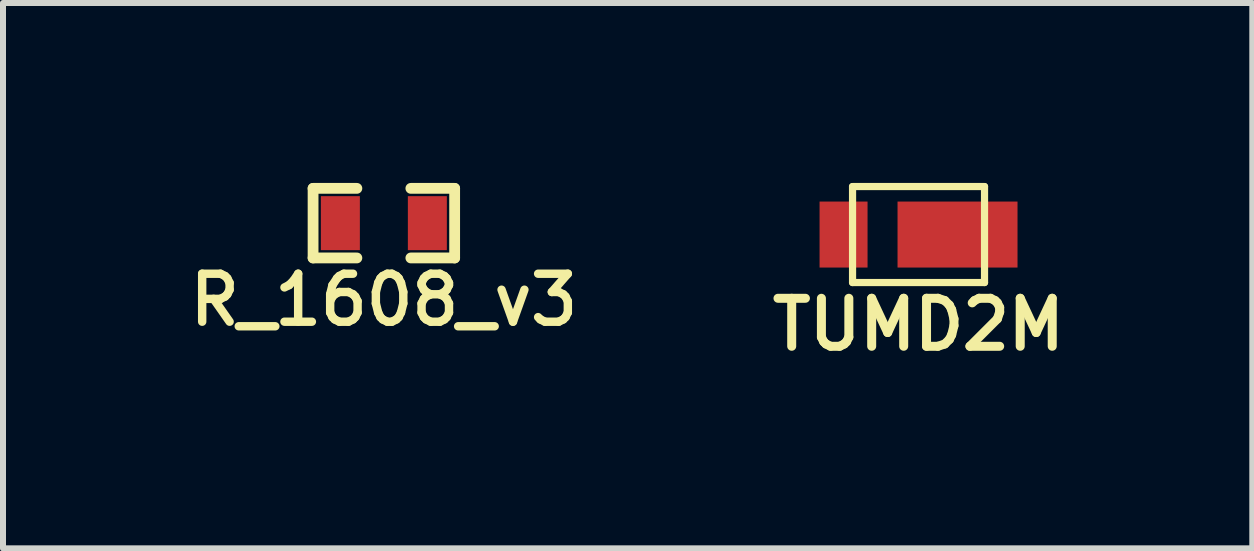
<source format=kicad_pcb>
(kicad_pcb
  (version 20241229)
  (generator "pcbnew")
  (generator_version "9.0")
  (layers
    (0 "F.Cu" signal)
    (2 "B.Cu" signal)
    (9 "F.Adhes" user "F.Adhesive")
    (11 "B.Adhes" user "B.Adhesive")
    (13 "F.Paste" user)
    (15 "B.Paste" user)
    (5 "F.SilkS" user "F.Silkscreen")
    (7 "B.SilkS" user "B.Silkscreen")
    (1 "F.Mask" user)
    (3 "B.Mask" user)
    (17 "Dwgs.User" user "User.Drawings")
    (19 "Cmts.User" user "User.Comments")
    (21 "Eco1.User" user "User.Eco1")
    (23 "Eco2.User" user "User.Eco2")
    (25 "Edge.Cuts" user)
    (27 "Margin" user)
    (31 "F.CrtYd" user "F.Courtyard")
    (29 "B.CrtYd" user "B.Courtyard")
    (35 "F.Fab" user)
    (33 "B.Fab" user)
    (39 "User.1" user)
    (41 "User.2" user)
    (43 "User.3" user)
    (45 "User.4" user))
  (footprint "TUMD2M"
    (layer "F.Cu")
    (at 12.262 0.86)
    (property "Reference" "TUMD2M" (at 0 1.5 0) (layer "F.SilkS") (effects (font (size 0.8 0.8) (thickness 0.15))))
    (attr smd)
    (fp_line (start -1.1 -0.8) (end -1.1 0.8) (stroke (width 0.12) (type solid)) (layer "F.SilkS"))
    (fp_line (start -1.1 -0.8) (end 1.1 -0.8) (stroke (width 0.12) (type solid)) (layer "F.SilkS"))
    (fp_line (start -1.1 0.8) (end 1.1 0.8) (stroke (width 0.12) (type solid)) (layer "F.SilkS"))
    (fp_line (start 1.1 -0.8) (end 1.1 0.8) (stroke (width 0.12) (type solid)) (layer "F.SilkS"))
    (pad "1" smd rect (at 0.65 0) (size 2 1.1) (layers "F.Cu" "F.Mask" "F.Paste"))
    (pad "2" smd rect (at -1.25 0) (size 0.8 1.1) (layers "F.Cu" "F.Mask" "F.Paste")))
  (footprint "R_1608_v3"
    (layer "F.Cu")
    (at 3.349 0.67)
    (property "Reference" "R_1608_v3" (at 0 1.28 0) (layer "F.SilkS") (effects (font (size 0.8 0.8) (thickness 0.14))))
    (attr smd)
    (fp_line (start -1.18 -0.58) (end -1.18 0.58) (stroke (width 0.18) (type solid)) (layer "F.SilkS"))
    (fp_line (start -1.18 0.58) (end -0.45 0.58) (stroke (width 0.18) (type solid)) (layer "F.SilkS"))
    (fp_line (start -0.45 -0.58) (end -1.18 -0.58) (stroke (width 0.18) (type solid)) (layer "F.SilkS"))
    (fp_line (start 0.45 -0.58) (end 1.18 -0.58) (stroke (width 0.18) (type solid)) (layer "F.SilkS"))
    (fp_line (start 1.18 -0.58) (end 1.18 0.58) (stroke (width 0.18) (type solid)) (layer "F.SilkS"))
    (fp_line (start 1.18 0.58) (end 0.45 0.58) (stroke (width 0.18) (type solid)) (layer "F.SilkS"))
    (pad "1" smd rect (at -0.725 0) (size 0.65 0.9) (layers "F.Cu" "F.Mask" "F.Paste"))
    (pad "2" smd rect (at 0.725 0) (size 0.65 0.9) (layers "F.Cu" "F.Mask" "F.Paste")))
  (gr_rect
    (start -3 -3)
    (end 17.826 6.091)
    (stroke (width 0.1) (type default))
    (fill no)
    (layer "Edge.Cuts")))
</source>
